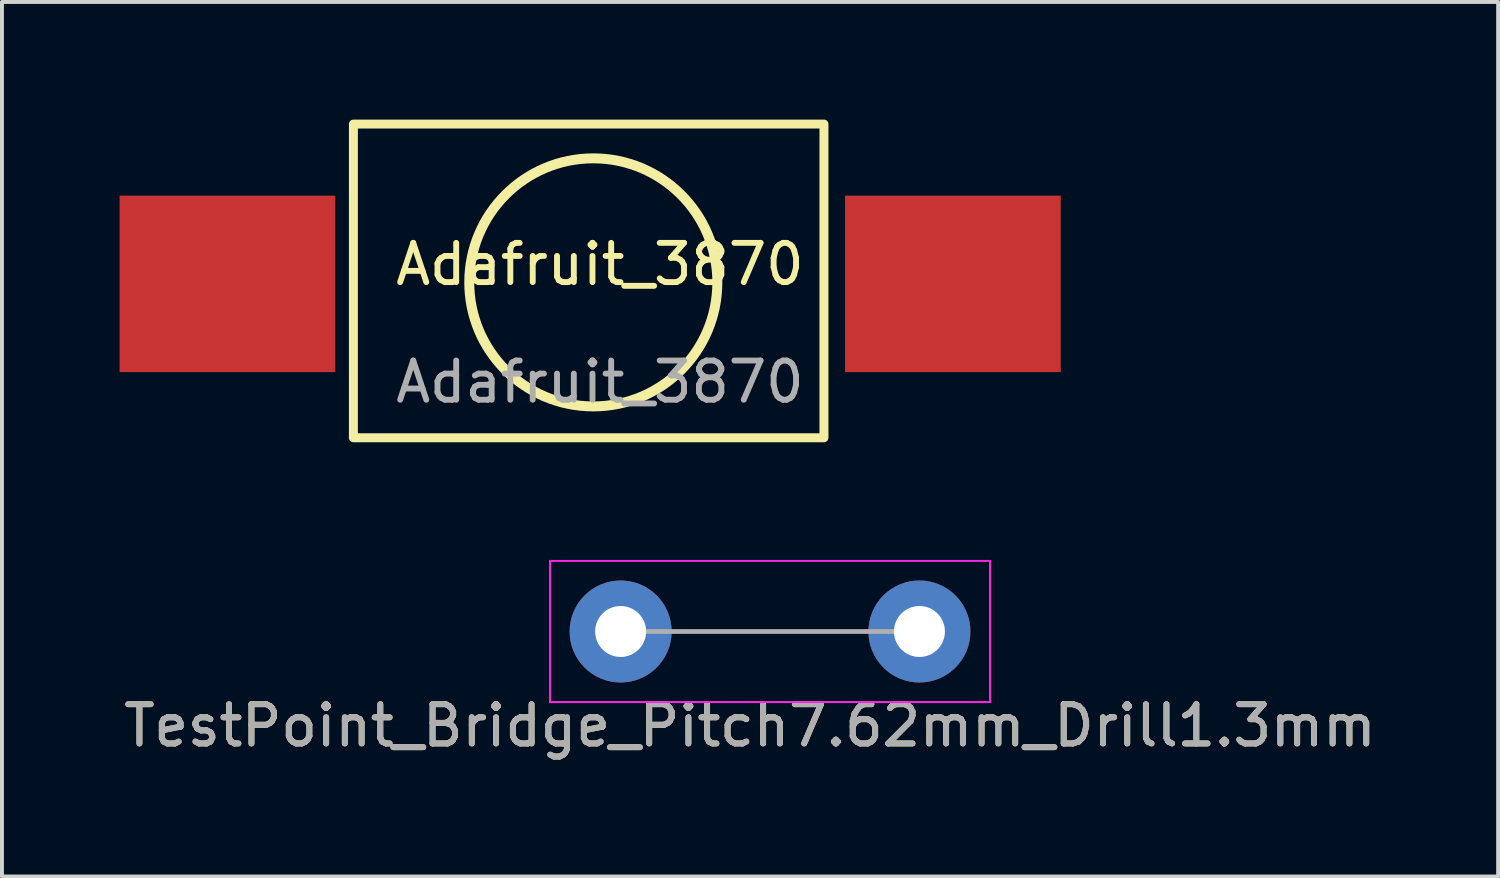
<source format=kicad_pcb>
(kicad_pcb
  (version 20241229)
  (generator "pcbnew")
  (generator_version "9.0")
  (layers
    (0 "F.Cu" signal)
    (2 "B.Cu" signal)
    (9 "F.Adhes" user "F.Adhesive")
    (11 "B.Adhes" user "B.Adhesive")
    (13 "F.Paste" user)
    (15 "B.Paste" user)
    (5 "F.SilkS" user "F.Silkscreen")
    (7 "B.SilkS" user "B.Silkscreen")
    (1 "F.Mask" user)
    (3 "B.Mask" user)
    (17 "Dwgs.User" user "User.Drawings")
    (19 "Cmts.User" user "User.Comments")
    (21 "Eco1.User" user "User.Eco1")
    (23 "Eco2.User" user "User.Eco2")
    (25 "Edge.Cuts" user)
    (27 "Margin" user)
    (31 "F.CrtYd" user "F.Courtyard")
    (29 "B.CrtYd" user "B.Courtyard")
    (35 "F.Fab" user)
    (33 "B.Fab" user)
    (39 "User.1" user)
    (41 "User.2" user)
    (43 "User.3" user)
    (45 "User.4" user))
  (footprint "TestPoint_Bridge_Pitch7.62mm_Drill1.3mm"
    (layer "F.Cu")
    (at 12.777 13.054)
    (property "Reference" "TestPoint_Bridge_Pitch7.62mm_Drill1.3mm" (at 3.3 2.4 0) (layer "F.SilkS") (effects (font (size 1 1) (thickness 0.15))))
    (attr through_hole)
    (fp_line (start -1.8 -1.8) (end -1.8 1.8) (stroke (width 0.05) (type solid)) (layer "F.CrtYd"))
    (fp_line (start -1.8 -1.8) (end 9.42 -1.8) (stroke (width 0.05) (type solid)) (layer "F.CrtYd"))
    (fp_line (start 9.42 1.8) (end -1.8 1.8) (stroke (width 0.05) (type solid)) (layer "F.CrtYd"))
    (fp_line (start 9.42 1.8) (end 9.42 -1.8) (stroke (width 0.05) (type solid)) (layer "F.CrtYd"))
    (fp_line (start 7.62 0) (end 0 0) (stroke (width 0.12) (type solid)) (layer "F.Fab"))
    (fp_text user "${REFERENCE}" (at 3.3 2.4 0) (layer "F.Fab") (effects (font (size 1 1) (thickness 0.15))))
    (pad "1" thru_hole circle (at 0 0) (size 2.6 2.6) (drill 1.3) (layers "*.Cu" "*.Mask"))
    (pad "1" thru_hole circle (at 7.62 0) (size 2.6 2.6) (drill 1.3) (layers "*.Cu" "*.Mask")))
  (footprint "Adafruit_3870"
    (layer "F.Cu")
    (at 12.25 4.189)
    (property "Reference" "Adafruit_3870" (at 0 -0.5 0) (unlocked yes) (layer "F.SilkS") (effects (font (size 1 1) (thickness 0.15))))
    (attr smd)
    (fp_rect (start -6.288 -4.075) (end 5.712 3.925) (stroke (width 0.229) (type default)) (fill no) (layer "F.SilkS"))
    (fp_circle (center -0.17 -0.038) (end 2.993 -0.038) (stroke (width 0.254) (type default)) (fill no) (layer "F.SilkS"))
    (fp_text user "${REFERENCE}" (at 0 2.5 0) (unlocked yes) (layer "F.Fab") (effects (font (size 1 1) (thickness 0.15))))
    (pad "1" smd rect (at -9.5 0) (size 5.5 4.5) (layers "F.Cu" "F.Mask" "F.Paste"))
    (pad "2" smd rect (at 9 0) (size 5.5 4.5) (layers "F.Cu" "F.Mask" "F.Paste")))
  (gr_rect
    (start -3 -3)
    (end 35.155 19.302)
    (stroke (width 0.1) (type default))
    (fill no)
    (layer "Edge.Cuts")))
</source>
